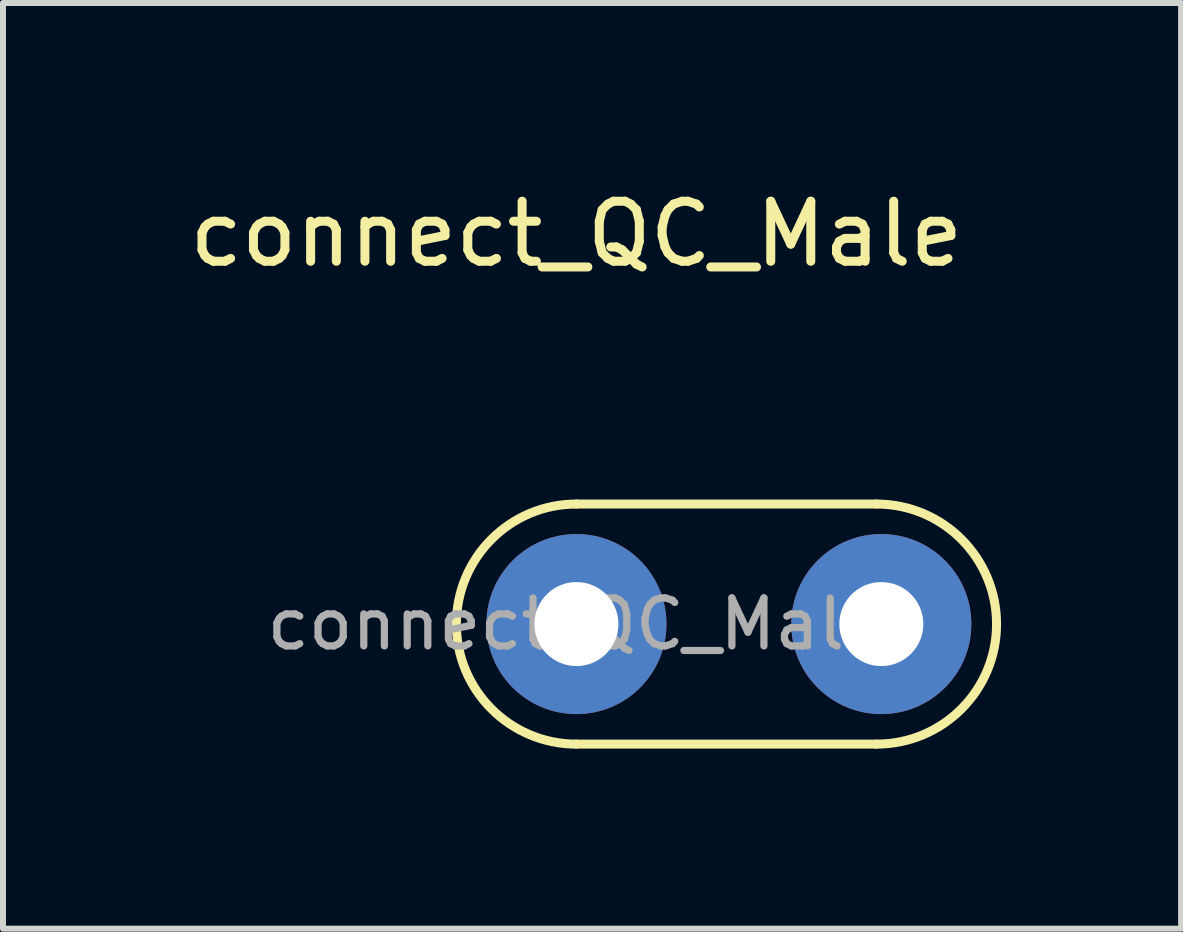
<source format=kicad_pcb>
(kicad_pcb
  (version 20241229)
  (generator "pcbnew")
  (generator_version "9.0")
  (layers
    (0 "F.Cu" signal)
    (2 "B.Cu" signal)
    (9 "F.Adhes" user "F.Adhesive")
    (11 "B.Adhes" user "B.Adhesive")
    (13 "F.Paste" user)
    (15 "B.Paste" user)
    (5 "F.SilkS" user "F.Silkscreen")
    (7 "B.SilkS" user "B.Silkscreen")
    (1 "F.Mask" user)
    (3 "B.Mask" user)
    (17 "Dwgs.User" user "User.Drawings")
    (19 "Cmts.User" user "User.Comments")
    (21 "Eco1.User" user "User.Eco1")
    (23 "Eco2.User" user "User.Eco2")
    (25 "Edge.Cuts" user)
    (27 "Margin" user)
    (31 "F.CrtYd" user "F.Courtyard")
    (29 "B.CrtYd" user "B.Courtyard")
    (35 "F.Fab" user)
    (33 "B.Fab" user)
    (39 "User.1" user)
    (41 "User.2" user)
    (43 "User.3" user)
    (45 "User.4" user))
  (footprint "connect_QC_Male"
    (layer "F.Cu")
    (at 6.554 7.348)
    (property "Reference" "connect_QC_Male" (at 0 -6.5 0) (layer "F.SilkS") (effects (font (size 1 1) (thickness 0.15))))
    (attr through_hole)
    (fp_line (start 0 -2) (end 5 -2) (stroke (width 0.15) (type solid)) (layer "F.SilkS"))
    (fp_line (start 5 2) (end 0 2) (stroke (width 0.15) (type solid)) (layer "F.SilkS"))
    (fp_arc (start 0 2) (mid -2 0) (end 0 -2) (stroke (width 0.15) (type solid)) (layer "F.SilkS"))
    (fp_arc (start 5 -2) (mid 7 0) (end 5 2) (stroke (width 0.15) (type solid)) (layer "F.SilkS"))
    (fp_text user "${REFERENCE}" (at 0 0 0) (layer "F.Fab") (effects (font (size 0.8 0.8) (thickness 0.12))))
    (pad "1" thru_hole circle (at 0 0) (size 3 3) (drill 1.4) (layers "*.Cu" "*.Mask"))
    (pad "1" thru_hole circle (at 5.08 0) (size 3 3) (drill 1.4) (layers "*.Cu" "*.Mask")))
  (gr_rect
    (start -3 -3)
    (end 16.629 12.423)
    (stroke (width 0.1) (type default))
    (fill no)
    (layer "Edge.Cuts")))
</source>
